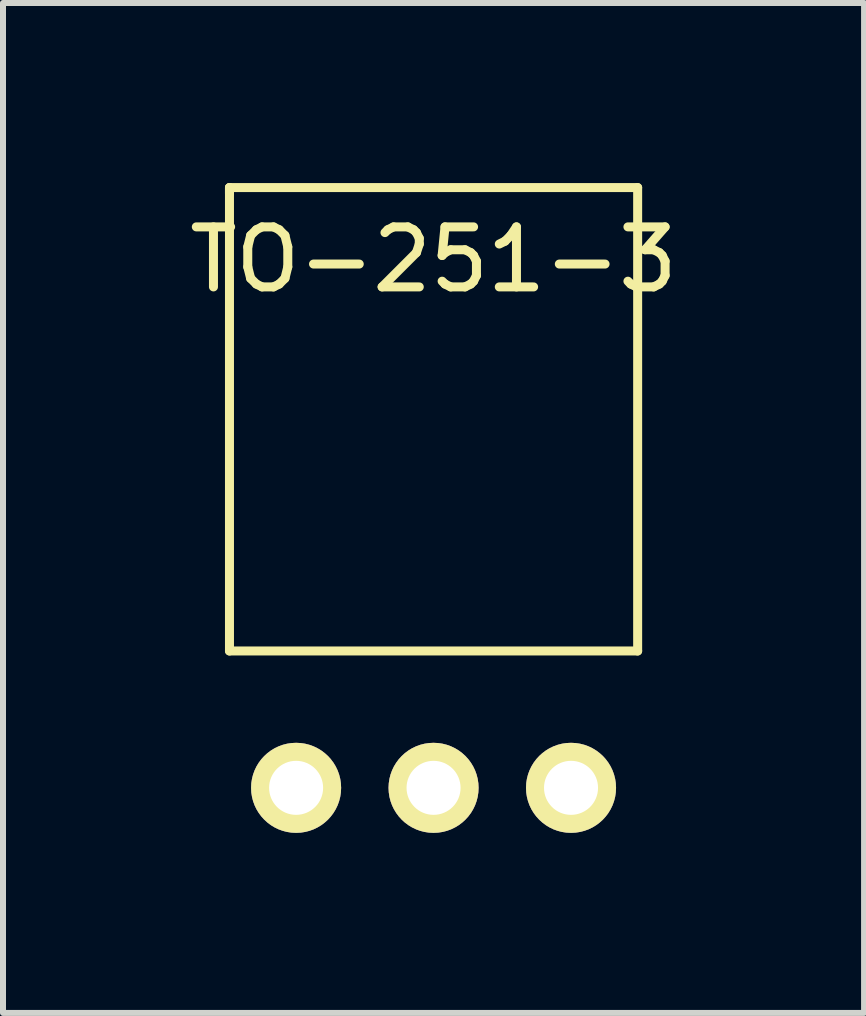
<source format=kicad_pcb>
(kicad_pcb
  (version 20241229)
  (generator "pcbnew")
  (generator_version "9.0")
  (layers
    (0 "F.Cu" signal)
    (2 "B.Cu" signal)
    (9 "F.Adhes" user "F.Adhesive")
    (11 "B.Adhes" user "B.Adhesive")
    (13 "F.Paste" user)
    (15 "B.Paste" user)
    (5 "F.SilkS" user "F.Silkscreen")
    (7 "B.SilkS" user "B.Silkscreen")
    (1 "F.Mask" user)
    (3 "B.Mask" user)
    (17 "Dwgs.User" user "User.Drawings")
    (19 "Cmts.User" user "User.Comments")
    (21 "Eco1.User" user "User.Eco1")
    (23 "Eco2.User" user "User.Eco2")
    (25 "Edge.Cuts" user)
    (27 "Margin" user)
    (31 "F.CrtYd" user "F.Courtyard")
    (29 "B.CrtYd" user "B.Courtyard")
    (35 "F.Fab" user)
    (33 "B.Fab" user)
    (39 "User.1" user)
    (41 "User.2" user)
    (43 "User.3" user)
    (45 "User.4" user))
  (footprint "TO-251-3"
    (layer "F.Cu")
    (at 4.173 10.075)
    (property "Reference" "TO-251-3" (at 0 -8.8 0) (layer "F.SilkS") (effects (font (size 1 1) (thickness 0.15))))
    (attr through_hole)
    (fp_line (start -3.4 -10) (end -3.4 -9.9) (stroke (width 0.15) (type solid)) (layer "F.SilkS"))
    (fp_line (start -3.4 -10) (end 3.4 -10) (stroke (width 0.15) (type solid)) (layer "F.SilkS"))
    (fp_line (start -3.4 -2.28) (end -3.4 -10) (stroke (width 0.15) (type solid)) (layer "F.SilkS"))
    (fp_line (start 3.4 -10) (end 3.4 -2.28) (stroke (width 0.15) (type solid)) (layer "F.SilkS"))
    (fp_line (start 3.4 -2.28) (end -3.4 -2.28) (stroke (width 0.15) (type solid)) (layer "F.SilkS"))
    (pad "1" thru_hole circle (at -2.29 0) (size 1.5 1.5) (drill 0.9) (layers "*.Cu" "*.Mask" "F.SilkS"))
    (pad "2" thru_hole circle (at 0 0) (size 1.5 1.5) (drill 0.9) (layers "*.Cu" "*.Mask" "F.SilkS"))
    (pad "3" thru_hole circle (at 2.29 0) (size 1.5 1.5) (drill 0.9) (layers "*.Cu" "*.Mask" "F.SilkS")))
  (gr_rect
    (start -3 -3)
    (end 11.345 13.825)
    (stroke (width 0.1) (type default))
    (fill no)
    (layer "Edge.Cuts")))
</source>
